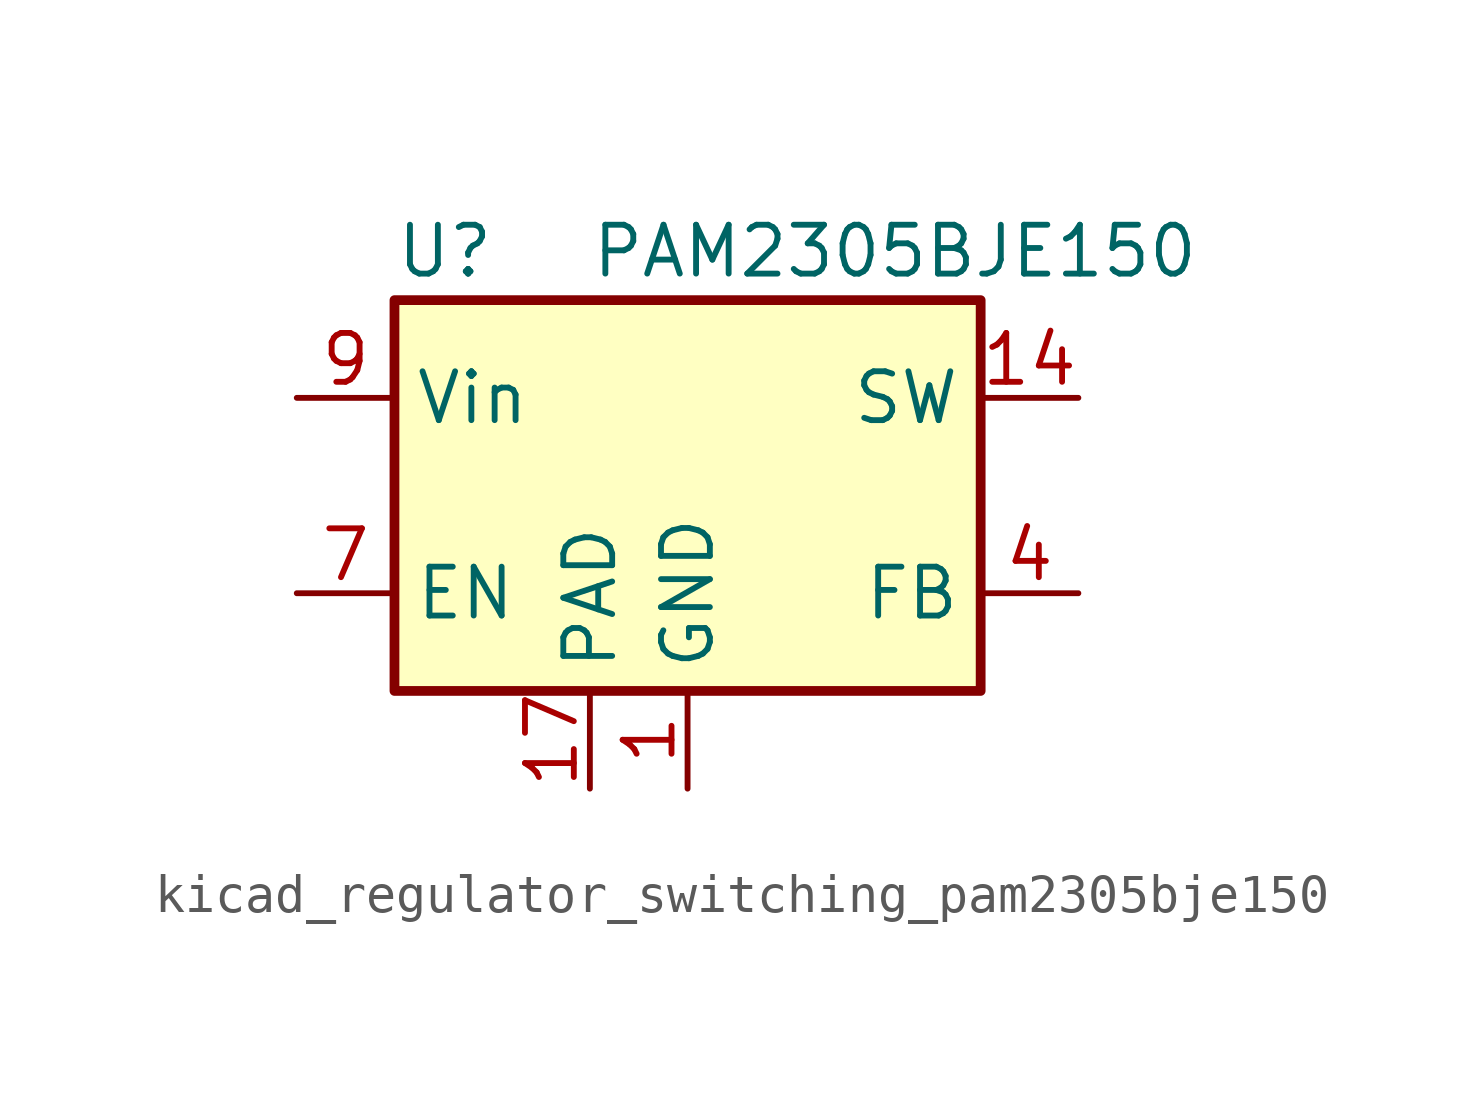
<source format=kicad_sym>
(kicad_symbol_lib
  (version 20220914)
  (generator kicad_symbol_editor)
  (symbol "kicad_regulator_switching_pam2305bje150"
    (property "Reference" "U"
      (at -7.62 6.35 0)
      (effects (font (size 1.27 1.27)) (justify left)))
    (property "Value" "PAM2305BJE150"
      (at -2.54 6.35 0)
      (effects (font (size 1.27 1.27)) (justify left)))
    (symbol "kicad_regulator_switching_pam2305bje150_0_1"
      (rectangle (start -7.62 5.08) (end 7.62 -5.08) (stroke (width 0.254) (type default)) (fill (type background))))
    (symbol "kicad_regulator_switching_pam2305bje150_1_1"
      (pin power_in line (at 0 -7.62 90) (length 2.54) (name "GND" (effects (font (size 1.27 1.27)))) (number "1" (effects (font (size 1.27 1.27)))))
      (pin passive line (at -10.16 2.54 0) (length 2.54) hide (name "Vin" (effects (font (size 1.27 1.27)))) (number "10" (effects (font (size 1.27 1.27)))))
      (pin passive line (at -10.16 2.54 0) (length 2.54) hide (name "Vin" (effects (font (size 1.27 1.27)))) (number "11" (effects (font (size 1.27 1.27)))))
      (pin passive line (at -10.16 2.54 0) (length 2.54) hide (name "Vin" (effects (font (size 1.27 1.27)))) (number "12" (effects (font (size 1.27 1.27)))))
      (pin passive line (at 10.16 2.54 180) (length 2.54) hide (name "SW" (effects (font (size 1.27 1.27)))) (number "13" (effects (font (size 1.27 1.27)))))
      (pin output line (at 10.16 2.54 180) (length 2.54) (name "SW" (effects (font (size 1.27 1.27)))) (number "14" (effects (font (size 1.27 1.27)))))
      (pin passive line (at 10.16 2.54 180) (length 2.54) hide (name "SW" (effects (font (size 1.27 1.27)))) (number "15" (effects (font (size 1.27 1.27)))))
      (pin no_connect line (at 2.54 -5.08 90) (length 2.54) hide (name "NC" (effects (font (size 1.27 1.27)))) (number "16" (effects (font (size 1.27 1.27)))))
      (pin passive line (at -2.54 -7.62 90) (length 2.54) (name "PAD" (effects (font (size 1.27 1.27)))) (number "17" (effects (font (size 1.27 1.27)))))
      (pin passive line (at 0 -7.62 90) (length 2.54) hide (name "GND" (effects (font (size 1.27 1.27)))) (number "2" (effects (font (size 1.27 1.27)))))
      (pin passive line (at 0 -7.62 90) (length 2.54) hide (name "GND" (effects (font (size 1.27 1.27)))) (number "3" (effects (font (size 1.27 1.27)))))
      (pin input line (at 10.16 -2.54 180) (length 2.54) (name "FB" (effects (font (size 1.27 1.27)))) (number "4" (effects (font (size 1.27 1.27)))))
      (pin passive line (at 0 -7.62 90) (length 2.54) hide (name "GND" (effects (font (size 1.27 1.27)))) (number "5" (effects (font (size 1.27 1.27)))))
      (pin no_connect line (at -7.62 0 0) (length 2.54) hide (name "NC" (effects (font (size 1.27 1.27)))) (number "6" (effects (font (size 1.27 1.27)))))
      (pin input line (at -10.16 -2.54 0) (length 2.54) (name "EN" (effects (font (size 1.27 1.27)))) (number "7" (effects (font (size 1.27 1.27)))))
      (pin no_connect line (at 7.62 0 180) (length 2.54) hide (name "NC" (effects (font (size 1.27 1.27)))) (number "8" (effects (font (size 1.27 1.27)))))
      (pin power_in line (at -10.16 2.54 0) (length 2.54) (name "Vin" (effects (font (size 1.27 1.27)))) (number "9" (effects (font (size 1.27 1.27))))))))
</source>
